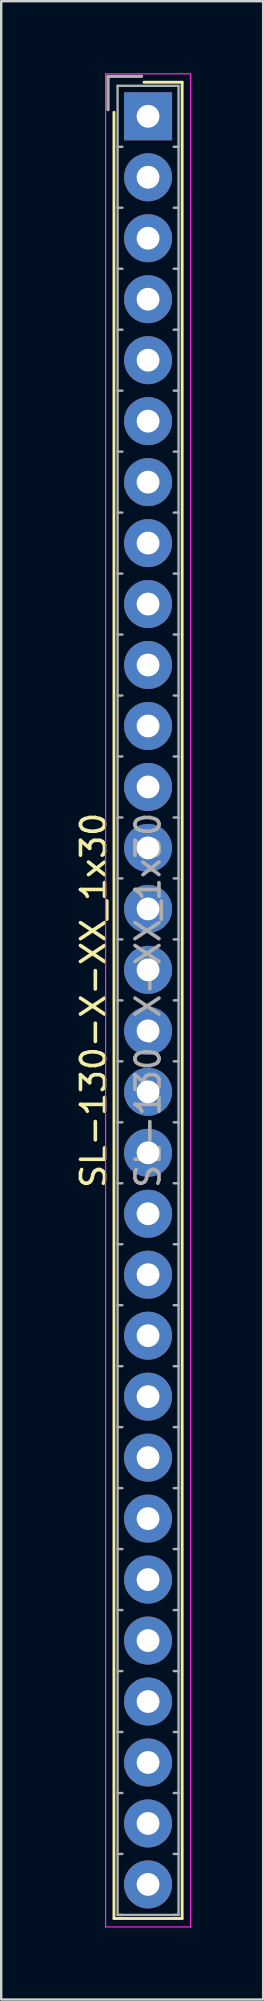
<source format=kicad_pcb>
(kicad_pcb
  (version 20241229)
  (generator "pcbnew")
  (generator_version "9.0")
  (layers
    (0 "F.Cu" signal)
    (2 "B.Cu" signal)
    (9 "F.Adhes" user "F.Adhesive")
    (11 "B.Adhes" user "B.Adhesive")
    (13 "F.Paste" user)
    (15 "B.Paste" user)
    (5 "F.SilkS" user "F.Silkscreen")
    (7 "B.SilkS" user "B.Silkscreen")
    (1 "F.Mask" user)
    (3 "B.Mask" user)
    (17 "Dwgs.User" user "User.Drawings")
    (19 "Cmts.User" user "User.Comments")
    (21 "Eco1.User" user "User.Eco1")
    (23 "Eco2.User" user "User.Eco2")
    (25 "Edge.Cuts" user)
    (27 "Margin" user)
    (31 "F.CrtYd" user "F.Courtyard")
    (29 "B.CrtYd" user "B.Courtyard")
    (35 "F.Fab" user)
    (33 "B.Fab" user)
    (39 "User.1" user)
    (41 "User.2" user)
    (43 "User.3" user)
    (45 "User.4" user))
  (footprint "SL-130-X-XX_1x30"
    (layer "F.Cu")
    (at 3.118 1.795)
    (property "Reference" "SL-130-X-XX_1x30" (at -2.27 36.83 90) (layer "F.SilkS") (effects (font (size 1 1) (thickness 0.15))))
    (attr through_hole)
    (fp_line (start -1.67 -1.67) (end -1.67 -0.27) (stroke (width 0.12) (type solid)) (layer "F.SilkS"))
    (fp_line (start -1.42 75.08) (end -1.42 -0.17) (stroke (width 0.12) (type solid)) (layer "F.SilkS"))
    (fp_line (start -0.27 -1.67) (end -1.67 -1.67) (stroke (width 0.12) (type solid)) (layer "F.SilkS"))
    (fp_line (start -0.17 -1.42) (end 1.42 -1.42) (stroke (width 0.12) (type solid)) (layer "F.SilkS"))
    (fp_line (start 1.42 -1.42) (end 1.42 75.08) (stroke (width 0.12) (type solid)) (layer "F.SilkS"))
    (fp_line (start 1.42 75.08) (end -1.42 75.08) (stroke (width 0.12) (type solid)) (layer "F.SilkS"))
    (fp_line (start -1.77 -1.77) (end -1.77 75.43) (stroke (width 0.05) (type solid)) (layer "F.CrtYd"))
    (fp_line (start -1.77 75.43) (end 1.77 75.43) (stroke (width 0.05) (type solid)) (layer "F.CrtYd"))
    (fp_line (start 1.77 -1.77) (end -1.77 -1.77) (stroke (width 0.05) (type solid)) (layer "F.CrtYd"))
    (fp_line (start 1.77 75.43) (end 1.77 -1.77) (stroke (width 0.05) (type solid)) (layer "F.CrtYd"))
    (fp_line (start -1.67 -1.67) (end -1.67 -0.27) (stroke (width 0.1) (type solid)) (layer "F.Fab"))
    (fp_line (start -1.27 -1.27) (end -1.27 74.93) (stroke (width 0.1) (type solid)) (layer "F.Fab"))
    (fp_line (start -1.27 1.27) (end -1.07 1.27) (stroke (width 0.1) (type solid)) (layer "F.Fab"))
    (fp_line (start -1.27 3.81) (end -1.07 3.81) (stroke (width 0.1) (type solid)) (layer "F.Fab"))
    (fp_line (start -1.27 6.35) (end -1.07 6.35) (stroke (width 0.1) (type solid)) (layer "F.Fab"))
    (fp_line (start -1.27 8.89) (end -1.07 8.89) (stroke (width 0.1) (type solid)) (layer "F.Fab"))
    (fp_line (start -1.27 11.43) (end -1.07 11.43) (stroke (width 0.1) (type solid)) (layer "F.Fab"))
    (fp_line (start -1.27 13.97) (end -1.07 13.97) (stroke (width 0.1) (type solid)) (layer "F.Fab"))
    (fp_line (start -1.27 16.51) (end -1.07 16.51) (stroke (width 0.1) (type solid)) (layer "F.Fab"))
    (fp_line (start -1.27 19.05) (end -1.07 19.05) (stroke (width 0.1) (type solid)) (layer "F.Fab"))
    (fp_line (start -1.27 21.59) (end -1.07 21.59) (stroke (width 0.1) (type solid)) (layer "F.Fab"))
    (fp_line (start -1.27 24.13) (end -1.07 24.13) (stroke (width 0.1) (type solid)) (layer "F.Fab"))
    (fp_line (start -1.27 26.67) (end -1.07 26.67) (stroke (width 0.1) (type solid)) (layer "F.Fab"))
    (fp_line (start -1.27 29.21) (end -1.07 29.21) (stroke (width 0.1) (type solid)) (layer "F.Fab"))
    (fp_line (start -1.27 31.75) (end -1.07 31.75) (stroke (width 0.1) (type solid)) (layer "F.Fab"))
    (fp_line (start -1.27 34.29) (end -1.07 34.29) (stroke (width 0.1) (type solid)) (layer "F.Fab"))
    (fp_line (start -1.27 36.83) (end -1.07 36.83) (stroke (width 0.1) (type solid)) (layer "F.Fab"))
    (fp_line (start -1.27 39.37) (end -1.07 39.37) (stroke (width 0.1) (type solid)) (layer "F.Fab"))
    (fp_line (start -1.27 41.91) (end -1.07 41.91) (stroke (width 0.1) (type solid)) (layer "F.Fab"))
    (fp_line (start -1.27 44.45) (end -1.07 44.45) (stroke (width 0.1) (type solid)) (layer "F.Fab"))
    (fp_line (start -1.27 46.99) (end -1.07 46.99) (stroke (width 0.1) (type solid)) (layer "F.Fab"))
    (fp_line (start -1.27 49.53) (end -1.07 49.53) (stroke (width 0.1) (type solid)) (layer "F.Fab"))
    (fp_line (start -1.27 52.07) (end -1.07 52.07) (stroke (width 0.1) (type solid)) (layer "F.Fab"))
    (fp_line (start -1.27 54.61) (end -1.07 54.61) (stroke (width 0.1) (type solid)) (layer "F.Fab"))
    (fp_line (start -1.27 57.15) (end -1.07 57.15) (stroke (width 0.1) (type solid)) (layer "F.Fab"))
    (fp_line (start -1.27 59.69) (end -1.07 59.69) (stroke (width 0.1) (type solid)) (layer "F.Fab"))
    (fp_line (start -1.27 62.23) (end -1.07 62.23) (stroke (width 0.1) (type solid)) (layer "F.Fab"))
    (fp_line (start -1.27 64.77) (end -1.07 64.77) (stroke (width 0.1) (type solid)) (layer "F.Fab"))
    (fp_line (start -1.27 67.31) (end -1.07 67.31) (stroke (width 0.1) (type solid)) (layer "F.Fab"))
    (fp_line (start -1.27 69.85) (end -1.07 69.85) (stroke (width 0.1) (type solid)) (layer "F.Fab"))
    (fp_line (start -1.27 72.39) (end -1.07 72.39) (stroke (width 0.1) (type solid)) (layer "F.Fab"))
    (fp_line (start -1.27 74.93) (end -1.07 74.93) (stroke (width 0.1) (type solid)) (layer "F.Fab"))
    (fp_line (start -1.27 74.93) (end 1.27 74.93) (stroke (width 0.1) (type solid)) (layer "F.Fab"))
    (fp_line (start -0.27 -1.67) (end -1.67 -1.67) (stroke (width 0.1) (type solid)) (layer "F.Fab"))
    (fp_line (start 1.27 -1.27) (end -1.27 -1.27) (stroke (width 0.1) (type solid)) (layer "F.Fab"))
    (fp_line (start 1.27 1.27) (end 1.07 1.27) (stroke (width 0.1) (type solid)) (layer "F.Fab"))
    (fp_line (start 1.27 3.81) (end 1.07 3.81) (stroke (width 0.1) (type solid)) (layer "F.Fab"))
    (fp_line (start 1.27 6.35) (end 1.07 6.35) (stroke (width 0.1) (type solid)) (layer "F.Fab"))
    (fp_line (start 1.27 8.89) (end 1.07 8.89) (stroke (width 0.1) (type solid)) (layer "F.Fab"))
    (fp_line (start 1.27 11.43) (end 1.07 11.43) (stroke (width 0.1) (type solid)) (layer "F.Fab"))
    (fp_line (start 1.27 13.97) (end 1.07 13.97) (stroke (width 0.1) (type solid)) (layer "F.Fab"))
    (fp_line (start 1.27 16.51) (end 1.07 16.51) (stroke (width 0.1) (type solid)) (layer "F.Fab"))
    (fp_line (start 1.27 19.05) (end 1.07 19.05) (stroke (width 0.1) (type solid)) (layer "F.Fab"))
    (fp_line (start 1.27 21.59) (end 1.07 21.59) (stroke (width 0.1) (type solid)) (layer "F.Fab"))
    (fp_line (start 1.27 24.13) (end 1.07 24.13) (stroke (width 0.1) (type solid)) (layer "F.Fab"))
    (fp_line (start 1.27 26.67) (end 1.07 26.67) (stroke (width 0.1) (type solid)) (layer "F.Fab"))
    (fp_line (start 1.27 29.21) (end 1.07 29.21) (stroke (width 0.1) (type solid)) (layer "F.Fab"))
    (fp_line (start 1.27 31.75) (end 1.07 31.75) (stroke (width 0.1) (type solid)) (layer "F.Fab"))
    (fp_line (start 1.27 34.29) (end 1.07 34.29) (stroke (width 0.1) (type solid)) (layer "F.Fab"))
    (fp_line (start 1.27 36.83) (end 1.07 36.83) (stroke (width 0.1) (type solid)) (layer "F.Fab"))
    (fp_line (start 1.27 39.37) (end 1.07 39.37) (stroke (width 0.1) (type solid)) (layer "F.Fab"))
    (fp_line (start 1.27 41.91) (end 1.07 41.91) (stroke (width 0.1) (type solid)) (layer "F.Fab"))
    (fp_line (start 1.27 44.45) (end 1.07 44.45) (stroke (width 0.1) (type solid)) (layer "F.Fab"))
    (fp_line (start 1.27 46.99) (end 1.07 46.99) (stroke (width 0.1) (type solid)) (layer "F.Fab"))
    (fp_line (start 1.27 49.53) (end 1.07 49.53) (stroke (width 0.1) (type solid)) (layer "F.Fab"))
    (fp_line (start 1.27 52.07) (end 1.07 52.07) (stroke (width 0.1) (type solid)) (layer "F.Fab"))
    (fp_line (start 1.27 54.61) (end 1.07 54.61) (stroke (width 0.1) (type solid)) (layer "F.Fab"))
    (fp_line (start 1.27 57.15) (end 1.07 57.15) (stroke (width 0.1) (type solid)) (layer "F.Fab"))
    (fp_line (start 1.27 59.69) (end 1.07 59.69) (stroke (width 0.1) (type solid)) (layer "F.Fab"))
    (fp_line (start 1.27 62.23) (end 1.07 62.23) (stroke (width 0.1) (type solid)) (layer "F.Fab"))
    (fp_line (start 1.27 64.77) (end 1.07 64.77) (stroke (width 0.1) (type solid)) (layer "F.Fab"))
    (fp_line (start 1.27 67.31) (end 1.07 67.31) (stroke (width 0.1) (type solid)) (layer "F.Fab"))
    (fp_line (start 1.27 69.85) (end 1.07 69.85) (stroke (width 0.1) (type solid)) (layer "F.Fab"))
    (fp_line (start 1.27 72.39) (end 1.07 72.39) (stroke (width 0.1) (type solid)) (layer "F.Fab"))
    (fp_line (start 1.27 74.93) (end 1.07 74.93) (stroke (width 0.1) (type solid)) (layer "F.Fab"))
    (fp_line (start 1.27 74.93) (end 1.27 -1.27) (stroke (width 0.1) (type solid)) (layer "F.Fab"))
    (fp_text user "${REFERENCE}" (at 0 36.83 90) (layer "F.Fab") (effects (font (size 1 1) (thickness 0.15))))
    (pad "1" thru_hole rect (at 0 0) (size 2 2) (drill 0.95) (layers "*.Cu" "*.Mask"))
    (pad "2" thru_hole circle (at 0 2.54) (size 2 2) (drill 0.95) (layers "*.Cu" "*.Mask"))
    (pad "3" thru_hole circle (at 0 5.08) (size 2 2) (drill 0.95) (layers "*.Cu" "*.Mask"))
    (pad "4" thru_hole circle (at 0 7.62) (size 2 2) (drill 0.95) (layers "*.Cu" "*.Mask"))
    (pad "5" thru_hole circle (at 0 10.16) (size 2 2) (drill 0.95) (layers "*.Cu" "*.Mask"))
    (pad "6" thru_hole circle (at 0 12.7) (size 2 2) (drill 0.95) (layers "*.Cu" "*.Mask"))
    (pad "7" thru_hole circle (at 0 15.24) (size 2 2) (drill 0.95) (layers "*.Cu" "*.Mask"))
    (pad "8" thru_hole circle (at 0 17.78) (size 2 2) (drill 0.95) (layers "*.Cu" "*.Mask"))
    (pad "9" thru_hole circle (at 0 20.32) (size 2 2) (drill 0.95) (layers "*.Cu" "*.Mask"))
    (pad "10" thru_hole circle (at 0 22.86) (size 2 2) (drill 0.95) (layers "*.Cu" "*.Mask"))
    (pad "11" thru_hole circle (at 0 25.4) (size 2 2) (drill 0.95) (layers "*.Cu" "*.Mask"))
    (pad "12" thru_hole circle (at 0 27.94) (size 2 2) (drill 0.95) (layers "*.Cu" "*.Mask"))
    (pad "13" thru_hole circle (at 0 30.48) (size 2 2) (drill 0.95) (layers "*.Cu" "*.Mask"))
    (pad "14" thru_hole circle (at 0 33.02) (size 2 2) (drill 0.95) (layers "*.Cu" "*.Mask"))
    (pad "15" thru_hole circle (at 0 35.56) (size 2 2) (drill 0.95) (layers "*.Cu" "*.Mask"))
    (pad "16" thru_hole circle (at 0 38.1) (size 2 2) (drill 0.95) (layers "*.Cu" "*.Mask"))
    (pad "17" thru_hole circle (at 0 40.64) (size 2 2) (drill 0.95) (layers "*.Cu" "*.Mask"))
    (pad "18" thru_hole circle (at 0 43.18) (size 2 2) (drill 0.95) (layers "*.Cu" "*.Mask"))
    (pad "19" thru_hole circle (at 0 45.72) (size 2 2) (drill 0.95) (layers "*.Cu" "*.Mask"))
    (pad "20" thru_hole circle (at 0 48.26) (size 2 2) (drill 0.95) (layers "*.Cu" "*.Mask"))
    (pad "21" thru_hole circle (at 0 50.8) (size 2 2) (drill 0.95) (layers "*.Cu" "*.Mask"))
    (pad "22" thru_hole circle (at 0 53.34) (size 2 2) (drill 0.95) (layers "*.Cu" "*.Mask"))
    (pad "23" thru_hole circle (at 0 55.88) (size 2 2) (drill 0.95) (layers "*.Cu" "*.Mask"))
    (pad "24" thru_hole circle (at 0 58.42) (size 2 2) (drill 0.95) (layers "*.Cu" "*.Mask"))
    (pad "25" thru_hole circle (at 0 60.96) (size 2 2) (drill 0.95) (layers "*.Cu" "*.Mask"))
    (pad "26" thru_hole circle (at 0 63.5) (size 2 2) (drill 0.95) (layers "*.Cu" "*.Mask"))
    (pad "27" thru_hole circle (at 0 66.04) (size 2 2) (drill 0.95) (layers "*.Cu" "*.Mask"))
    (pad "28" thru_hole circle (at 0 68.58) (size 2 2) (drill 0.95) (layers "*.Cu" "*.Mask"))
    (pad "29" thru_hole circle (at 0 71.12) (size 2 2) (drill 0.95) (layers "*.Cu" "*.Mask"))
    (pad "30" thru_hole circle (at 0 73.66) (size 2 2) (drill 0.95) (layers "*.Cu" "*.Mask")))
  (gr_rect
    (start -3 -3)
    (end 7.913 80.25)
    (stroke (width 0.1) (type default))
    (fill no)
    (layer "Edge.Cuts")))
</source>
